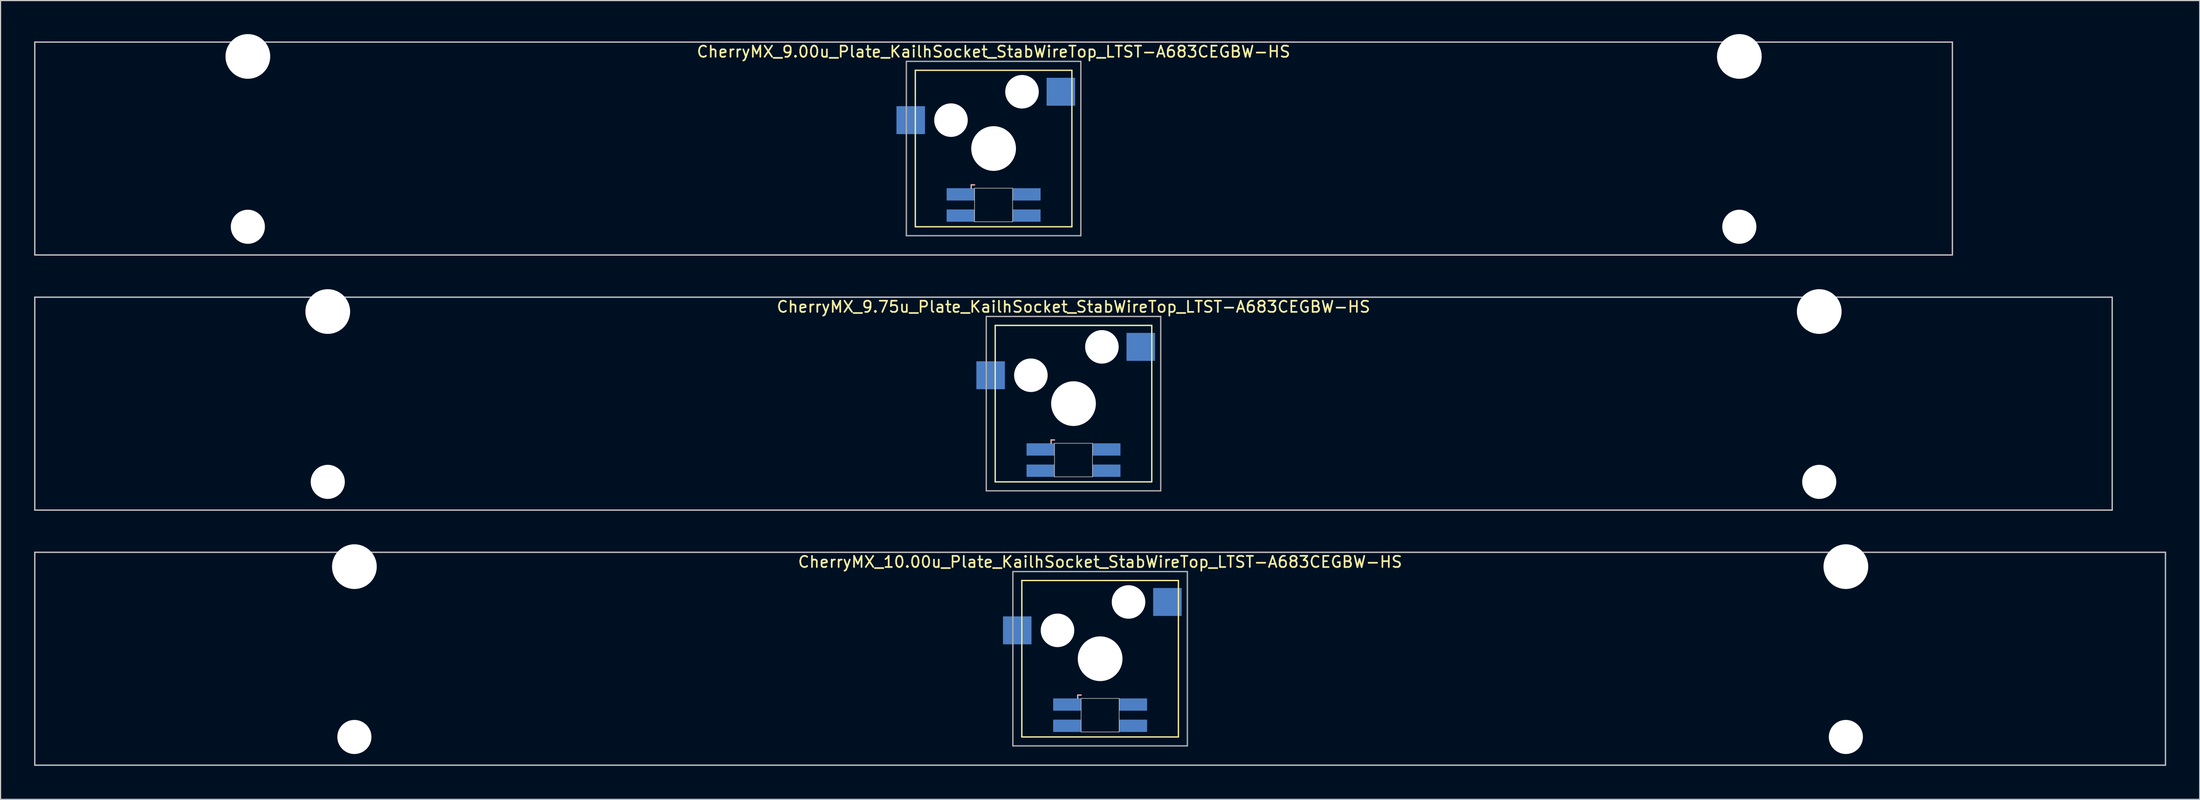
<source format=kicad_pcb>
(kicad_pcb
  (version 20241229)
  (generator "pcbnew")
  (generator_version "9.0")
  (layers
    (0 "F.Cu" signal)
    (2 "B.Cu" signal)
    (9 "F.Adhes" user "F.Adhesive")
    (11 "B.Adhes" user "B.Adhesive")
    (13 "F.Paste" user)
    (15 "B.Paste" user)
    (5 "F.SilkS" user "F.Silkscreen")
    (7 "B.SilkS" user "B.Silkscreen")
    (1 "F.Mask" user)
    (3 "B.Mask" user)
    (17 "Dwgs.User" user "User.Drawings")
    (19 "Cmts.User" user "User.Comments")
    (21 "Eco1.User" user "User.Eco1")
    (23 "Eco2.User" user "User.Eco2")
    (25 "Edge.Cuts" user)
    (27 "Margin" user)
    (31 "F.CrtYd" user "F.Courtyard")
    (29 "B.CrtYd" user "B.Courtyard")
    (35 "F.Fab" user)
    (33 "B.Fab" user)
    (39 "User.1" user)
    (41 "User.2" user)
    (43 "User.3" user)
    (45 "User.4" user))
  (footprint "CherryMX_9.00u_Plate_KailhSocket_StabWireTop_LTST-A683CEGBW-HS"
    (layer "F.Cu")
    (at 85.785 10.24)
    (property "Reference" "CherryMX_9.00u_Plate_KailhSocket_StabWireTop_LTST-A683CEGBW-HS" (at 0 -8.662 0) (layer "F.SilkS") (effects (font (size 1 1) (thickness 0.15))))
    (attr through_hole)
    (fp_line (start -7 -7) (end -7 7) (stroke (width 0.12) (type solid)) (layer "F.SilkS"))
    (fp_line (start -7 -7) (end 7 -7) (stroke (width 0.12) (type solid)) (layer "F.SilkS"))
    (fp_line (start 7 -7) (end 7 7) (stroke (width 0.12) (type solid)) (layer "F.SilkS"))
    (fp_line (start 7 7) (end -7 7) (stroke (width 0.12) (type solid)) (layer "F.SilkS"))
    (fp_line (start -2 3.25) (end -2 3.55) (stroke (width 0.12) (type solid)) (layer "B.SilkS"))
    (fp_line (start -1.7 3.25) (end -2 3.25) (stroke (width 0.12) (type solid)) (layer "B.SilkS"))
    (fp_line (start -85.725 -9.525) (end 85.725 -9.525) (stroke (width 0.12) (type solid)) (layer "Dwgs.User"))
    (fp_line (start -85.725 9.525) (end -85.725 -9.525) (stroke (width 0.12) (type solid)) (layer "Dwgs.User"))
    (fp_line (start 85.725 -9.525) (end 85.725 9.525) (stroke (width 0.12) (type solid)) (layer "Dwgs.User"))
    (fp_line (start 85.725 9.525) (end -85.725 9.525) (stroke (width 0.12) (type solid)) (layer "Dwgs.User"))
    (fp_line (start -1.7 3.55) (end 1.7 3.55) (stroke (width 0.05) (type solid)) (layer "Edge.Cuts"))
    (fp_line (start -1.7 6.55) (end -1.7 3.55) (stroke (width 0.05) (type solid)) (layer "Edge.Cuts"))
    (fp_line (start 1.7 3.55) (end 1.7 6.55) (stroke (width 0.05) (type solid)) (layer "Edge.Cuts"))
    (fp_line (start 1.7 6.55) (end -1.7 6.55) (stroke (width 0.05) (type solid)) (layer "Edge.Cuts"))
    (fp_line (start -7.8 -7.8) (end -7.8 7.8) (stroke (width 0.12) (type solid)) (layer "F.Fab"))
    (fp_line (start -7.8 -7.8) (end 7.8 -7.8) (stroke (width 0.12) (type solid)) (layer "F.Fab"))
    (fp_line (start -7.8 7.8) (end 7.8 7.8) (stroke (width 0.12) (type solid)) (layer "F.Fab"))
    (fp_line (start 7.8 -7.8) (end 7.8 7.8) (stroke (width 0.12) (type solid)) (layer "F.Fab"))
    (pad "" np_thru_hole circle (at -66.675 -8.24) (size 4 4) (drill 4) (layers "*.Cu" "*.Mask"))
    (pad "" np_thru_hole circle (at -66.675 7) (size 3.05 3.05) (drill 3.05) (layers "*.Cu" "*.Mask"))
    (pad "" np_thru_hole circle (at -3.81 -2.54) (size 3 3) (drill 3) (layers "*.Cu" "*.Mask"))
    (pad "" np_thru_hole circle (at 0 0) (size 4 4) (drill 4) (layers "*.Cu" "*.Mask"))
    (pad "" np_thru_hole circle (at 2.54 -5.08) (size 3 3) (drill 3) (layers "*.Cu" "*.Mask"))
    (pad "" np_thru_hole circle (at 66.675 -8.24) (size 4 4) (drill 4) (layers "*.Cu" "*.Mask"))
    (pad "" np_thru_hole circle (at 66.675 7) (size 3.05 3.05) (drill 3.05) (layers "*.Cu" "*.Mask"))
    (pad "1" smd rect (at -7.41 -2.54) (size 2.55 2.5) (layers "B.Cu" "B.Mask" "B.Paste"))
    (pad "2" smd rect (at 6.015 -5.08) (size 2.55 2.5) (layers "B.Cu" "B.Mask" "B.Paste"))
    (pad "3" smd rect (at -2.95 4.1) (size 2.5 1.1) (layers "B.Cu" "B.Mask" "B.Paste"))
    (pad "4" smd rect (at -2.95 6) (size 2.5 1.1) (layers "B.Cu" "B.Mask" "B.Paste"))
    (pad "5" smd rect (at 2.95 4.1) (size 2.5 1.1) (layers "B.Cu" "B.Mask" "B.Paste"))
    (pad "6" smd rect (at 2.95 6) (size 2.5 1.1) (layers "B.Cu" "B.Mask" "B.Paste")))
  (footprint "CherryMX_9.75u_Plate_KailhSocket_StabWireTop_LTST-A683CEGBW-HS"
    (layer "F.Cu")
    (at 92.929 33.065)
    (property "Reference" "CherryMX_9.75u_Plate_KailhSocket_StabWireTop_LTST-A683CEGBW-HS" (at 0 -8.662 0) (layer "F.SilkS") (effects (font (size 1 1) (thickness 0.15))))
    (attr through_hole)
    (fp_line (start -7 -7) (end -7 7) (stroke (width 0.12) (type solid)) (layer "F.SilkS"))
    (fp_line (start -7 -7) (end 7 -7) (stroke (width 0.12) (type solid)) (layer "F.SilkS"))
    (fp_line (start 7 -7) (end 7 7) (stroke (width 0.12) (type solid)) (layer "F.SilkS"))
    (fp_line (start 7 7) (end -7 7) (stroke (width 0.12) (type solid)) (layer "F.SilkS"))
    (fp_line (start -2 3.25) (end -2 3.55) (stroke (width 0.12) (type solid)) (layer "B.SilkS"))
    (fp_line (start -1.7 3.25) (end -2 3.25) (stroke (width 0.12) (type solid)) (layer "B.SilkS"))
    (fp_line (start -92.869 -9.525) (end 92.869 -9.525) (stroke (width 0.12) (type solid)) (layer "Dwgs.User"))
    (fp_line (start -92.869 9.525) (end -92.869 -9.525) (stroke (width 0.12) (type solid)) (layer "Dwgs.User"))
    (fp_line (start 92.869 -9.525) (end 92.869 9.525) (stroke (width 0.12) (type solid)) (layer "Dwgs.User"))
    (fp_line (start 92.869 9.525) (end -92.869 9.525) (stroke (width 0.12) (type solid)) (layer "Dwgs.User"))
    (fp_line (start -1.7 3.55) (end 1.7 3.55) (stroke (width 0.05) (type solid)) (layer "Edge.Cuts"))
    (fp_line (start -1.7 6.55) (end -1.7 3.55) (stroke (width 0.05) (type solid)) (layer "Edge.Cuts"))
    (fp_line (start 1.7 3.55) (end 1.7 6.55) (stroke (width 0.05) (type solid)) (layer "Edge.Cuts"))
    (fp_line (start 1.7 6.55) (end -1.7 6.55) (stroke (width 0.05) (type solid)) (layer "Edge.Cuts"))
    (fp_line (start -7.8 -7.8) (end -7.8 7.8) (stroke (width 0.12) (type solid)) (layer "F.Fab"))
    (fp_line (start -7.8 -7.8) (end 7.8 -7.8) (stroke (width 0.12) (type solid)) (layer "F.Fab"))
    (fp_line (start -7.8 7.8) (end 7.8 7.8) (stroke (width 0.12) (type solid)) (layer "F.Fab"))
    (fp_line (start 7.8 -7.8) (end 7.8 7.8) (stroke (width 0.12) (type solid)) (layer "F.Fab"))
    (pad "" np_thru_hole circle (at -66.675 -8.24) (size 4 4) (drill 4) (layers "*.Cu" "*.Mask"))
    (pad "" np_thru_hole circle (at -66.675 7) (size 3.05 3.05) (drill 3.05) (layers "*.Cu" "*.Mask"))
    (pad "" np_thru_hole circle (at -3.81 -2.54) (size 3 3) (drill 3) (layers "*.Cu" "*.Mask"))
    (pad "" np_thru_hole circle (at 0 0) (size 4 4) (drill 4) (layers "*.Cu" "*.Mask"))
    (pad "" np_thru_hole circle (at 2.54 -5.08) (size 3 3) (drill 3) (layers "*.Cu" "*.Mask"))
    (pad "" np_thru_hole circle (at 66.675 -8.24) (size 4 4) (drill 4) (layers "*.Cu" "*.Mask"))
    (pad "" np_thru_hole circle (at 66.675 7) (size 3.05 3.05) (drill 3.05) (layers "*.Cu" "*.Mask"))
    (pad "1" smd rect (at -7.41 -2.54) (size 2.55 2.5) (layers "B.Cu" "B.Mask" "B.Paste"))
    (pad "2" smd rect (at 6.015 -5.08) (size 2.55 2.5) (layers "B.Cu" "B.Mask" "B.Paste"))
    (pad "3" smd rect (at -2.95 4.1) (size 2.5 1.1) (layers "B.Cu" "B.Mask" "B.Paste"))
    (pad "4" smd rect (at -2.95 6) (size 2.5 1.1) (layers "B.Cu" "B.Mask" "B.Paste"))
    (pad "5" smd rect (at 2.95 4.1) (size 2.5 1.1) (layers "B.Cu" "B.Mask" "B.Paste"))
    (pad "6" smd rect (at 2.95 6) (size 2.5 1.1) (layers "B.Cu" "B.Mask" "B.Paste")))
  (footprint "CherryMX_10.00u_Plate_KailhSocket_StabWireTop_LTST-A683CEGBW-HS"
    (layer "F.Cu")
    (at 95.31 55.89)
    (property "Reference" "CherryMX_10.00u_Plate_KailhSocket_StabWireTop_LTST-A683CEGBW-HS" (at 0 -8.662 0) (layer "F.SilkS") (effects (font (size 1 1) (thickness 0.15))))
    (attr through_hole)
    (fp_line (start -7 -7) (end -7 7) (stroke (width 0.12) (type solid)) (layer "F.SilkS"))
    (fp_line (start -7 -7) (end 7 -7) (stroke (width 0.12) (type solid)) (layer "F.SilkS"))
    (fp_line (start 7 -7) (end 7 7) (stroke (width 0.12) (type solid)) (layer "F.SilkS"))
    (fp_line (start 7 7) (end -7 7) (stroke (width 0.12) (type solid)) (layer "F.SilkS"))
    (fp_line (start -2 3.25) (end -2 3.55) (stroke (width 0.12) (type solid)) (layer "B.SilkS"))
    (fp_line (start -1.7 3.25) (end -2 3.25) (stroke (width 0.12) (type solid)) (layer "B.SilkS"))
    (fp_line (start -95.25 -9.525) (end 95.25 -9.525) (stroke (width 0.12) (type solid)) (layer "Dwgs.User"))
    (fp_line (start -95.25 9.525) (end -95.25 -9.525) (stroke (width 0.12) (type solid)) (layer "Dwgs.User"))
    (fp_line (start 95.25 -9.525) (end 95.25 9.525) (stroke (width 0.12) (type solid)) (layer "Dwgs.User"))
    (fp_line (start 95.25 9.525) (end -95.25 9.525) (stroke (width 0.12) (type solid)) (layer "Dwgs.User"))
    (fp_line (start -1.7 3.55) (end 1.7 3.55) (stroke (width 0.05) (type solid)) (layer "Edge.Cuts"))
    (fp_line (start -1.7 6.55) (end -1.7 3.55) (stroke (width 0.05) (type solid)) (layer "Edge.Cuts"))
    (fp_line (start 1.7 3.55) (end 1.7 6.55) (stroke (width 0.05) (type solid)) (layer "Edge.Cuts"))
    (fp_line (start 1.7 6.55) (end -1.7 6.55) (stroke (width 0.05) (type solid)) (layer "Edge.Cuts"))
    (fp_line (start -7.8 -7.8) (end -7.8 7.8) (stroke (width 0.12) (type solid)) (layer "F.Fab"))
    (fp_line (start -7.8 -7.8) (end 7.8 -7.8) (stroke (width 0.12) (type solid)) (layer "F.Fab"))
    (fp_line (start -7.8 7.8) (end 7.8 7.8) (stroke (width 0.12) (type solid)) (layer "F.Fab"))
    (fp_line (start 7.8 -7.8) (end 7.8 7.8) (stroke (width 0.12) (type solid)) (layer "F.Fab"))
    (pad "" np_thru_hole circle (at -66.675 -8.24) (size 4 4) (drill 4) (layers "*.Cu" "*.Mask"))
    (pad "" np_thru_hole circle (at -66.675 7) (size 3.05 3.05) (drill 3.05) (layers "*.Cu" "*.Mask"))
    (pad "" np_thru_hole circle (at -3.81 -2.54) (size 3 3) (drill 3) (layers "*.Cu" "*.Mask"))
    (pad "" np_thru_hole circle (at 0 0) (size 4 4) (drill 4) (layers "*.Cu" "*.Mask"))
    (pad "" np_thru_hole circle (at 2.54 -5.08) (size 3 3) (drill 3) (layers "*.Cu" "*.Mask"))
    (pad "" np_thru_hole circle (at 66.675 -8.24) (size 4 4) (drill 4) (layers "*.Cu" "*.Mask"))
    (pad "" np_thru_hole circle (at 66.675 7) (size 3.05 3.05) (drill 3.05) (layers "*.Cu" "*.Mask"))
    (pad "1" smd rect (at -7.41 -2.54) (size 2.55 2.5) (layers "B.Cu" "B.Mask" "B.Paste"))
    (pad "2" smd rect (at 6.015 -5.08) (size 2.55 2.5) (layers "B.Cu" "B.Mask" "B.Paste"))
    (pad "3" smd rect (at -2.95 4.1) (size 2.5 1.1) (layers "B.Cu" "B.Mask" "B.Paste"))
    (pad "4" smd rect (at -2.95 6) (size 2.5 1.1) (layers "B.Cu" "B.Mask" "B.Paste"))
    (pad "5" smd rect (at 2.95 4.1) (size 2.5 1.1) (layers "B.Cu" "B.Mask" "B.Paste"))
    (pad "6" smd rect (at 2.95 6) (size 2.5 1.1) (layers "B.Cu" "B.Mask" "B.Paste")))
  (gr_rect
    (start -3 -3)
    (end 193.62 68.475)
    (stroke (width 0.1) (type default))
    (fill no)
    (layer "Edge.Cuts")))
</source>
